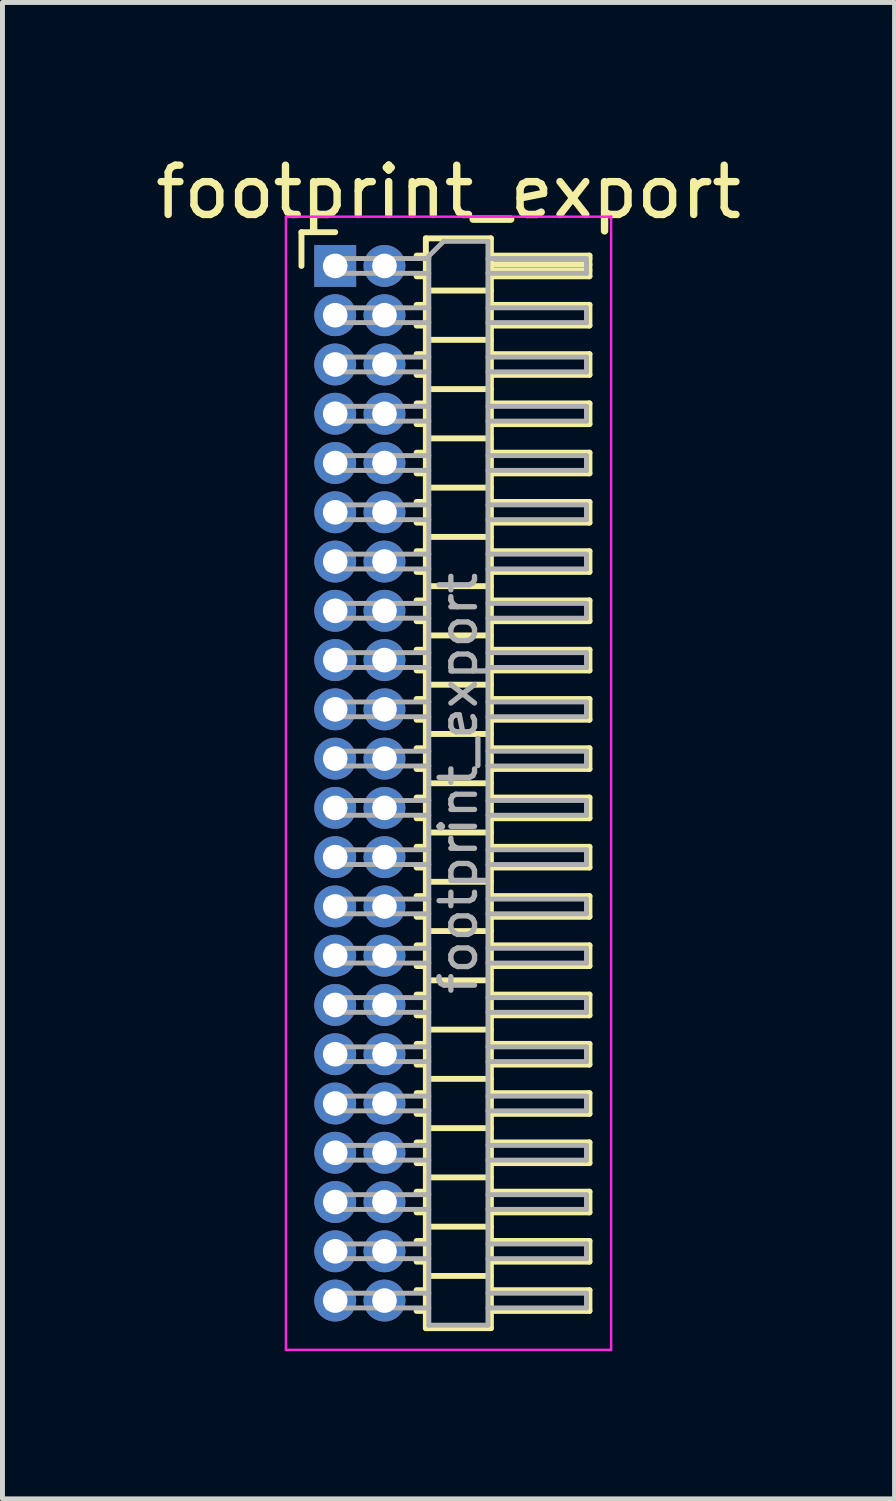
<source format=kicad_pcb>
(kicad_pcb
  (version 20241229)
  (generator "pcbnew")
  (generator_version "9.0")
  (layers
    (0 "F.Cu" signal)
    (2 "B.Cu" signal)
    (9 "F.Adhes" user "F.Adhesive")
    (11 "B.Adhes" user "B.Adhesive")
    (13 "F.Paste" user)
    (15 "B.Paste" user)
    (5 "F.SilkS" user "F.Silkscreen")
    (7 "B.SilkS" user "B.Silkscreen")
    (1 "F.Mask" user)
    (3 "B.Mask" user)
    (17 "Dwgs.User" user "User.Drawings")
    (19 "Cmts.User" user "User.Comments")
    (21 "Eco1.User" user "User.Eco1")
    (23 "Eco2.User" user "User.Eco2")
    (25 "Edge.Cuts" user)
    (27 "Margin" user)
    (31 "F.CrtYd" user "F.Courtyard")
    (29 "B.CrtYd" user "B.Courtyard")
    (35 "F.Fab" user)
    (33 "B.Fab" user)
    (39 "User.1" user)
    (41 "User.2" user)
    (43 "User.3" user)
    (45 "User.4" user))
  (footprint "footprint_export"
    (layer "F.Cu")
    (at 3.754 2.348)
    (property "Reference" "footprint_export" (at 2.3 -1.5 0) (layer "F.SilkS") (effects (font (size 1 1) (thickness 0.15))))
    (attr through_hole)
    (fp_line (start -0.685 -0.685) (end 0 -0.685) (stroke (width 0.12) (type solid)) (layer "F.SilkS"))
    (fp_line (start -0.685 0) (end -0.685 -0.685) (stroke (width 0.12) (type solid)) (layer "F.SilkS"))
    (fp_line (start 1.652 -0.21) (end 1.84 -0.21) (stroke (width 0.12) (type solid)) (layer "F.SilkS"))
    (fp_line (start 1.652 0.21) (end 1.84 0.21) (stroke (width 0.12) (type solid)) (layer "F.SilkS"))
    (fp_line (start 1.652 0.79) (end 1.84 0.79) (stroke (width 0.12) (type solid)) (layer "F.SilkS"))
    (fp_line (start 1.652 1.21) (end 1.84 1.21) (stroke (width 0.12) (type solid)) (layer "F.SilkS"))
    (fp_line (start 1.652 1.79) (end 1.84 1.79) (stroke (width 0.12) (type solid)) (layer "F.SilkS"))
    (fp_line (start 1.652 2.21) (end 1.84 2.21) (stroke (width 0.12) (type solid)) (layer "F.SilkS"))
    (fp_line (start 1.652 2.79) (end 1.84 2.79) (stroke (width 0.12) (type solid)) (layer "F.SilkS"))
    (fp_line (start 1.652 3.21) (end 1.84 3.21) (stroke (width 0.12) (type solid)) (layer "F.SilkS"))
    (fp_line (start 1.652 3.79) (end 1.84 3.79) (stroke (width 0.12) (type solid)) (layer "F.SilkS"))
    (fp_line (start 1.652 4.21) (end 1.84 4.21) (stroke (width 0.12) (type solid)) (layer "F.SilkS"))
    (fp_line (start 1.652 4.79) (end 1.84 4.79) (stroke (width 0.12) (type solid)) (layer "F.SilkS"))
    (fp_line (start 1.652 5.21) (end 1.84 5.21) (stroke (width 0.12) (type solid)) (layer "F.SilkS"))
    (fp_line (start 1.652 5.79) (end 1.84 5.79) (stroke (width 0.12) (type solid)) (layer "F.SilkS"))
    (fp_line (start 1.652 6.21) (end 1.84 6.21) (stroke (width 0.12) (type solid)) (layer "F.SilkS"))
    (fp_line (start 1.652 6.79) (end 1.84 6.79) (stroke (width 0.12) (type solid)) (layer "F.SilkS"))
    (fp_line (start 1.652 7.21) (end 1.84 7.21) (stroke (width 0.12) (type solid)) (layer "F.SilkS"))
    (fp_line (start 1.652 7.79) (end 1.84 7.79) (stroke (width 0.12) (type solid)) (layer "F.SilkS"))
    (fp_line (start 1.652 8.21) (end 1.84 8.21) (stroke (width 0.12) (type solid)) (layer "F.SilkS"))
    (fp_line (start 1.652 8.79) (end 1.84 8.79) (stroke (width 0.12) (type solid)) (layer "F.SilkS"))
    (fp_line (start 1.652 9.21) (end 1.84 9.21) (stroke (width 0.12) (type solid)) (layer "F.SilkS"))
    (fp_line (start 1.652 9.79) (end 1.84 9.79) (stroke (width 0.12) (type solid)) (layer "F.SilkS"))
    (fp_line (start 1.652 10.21) (end 1.84 10.21) (stroke (width 0.12) (type solid)) (layer "F.SilkS"))
    (fp_line (start 1.652 10.79) (end 1.84 10.79) (stroke (width 0.12) (type solid)) (layer "F.SilkS"))
    (fp_line (start 1.652 11.21) (end 1.84 11.21) (stroke (width 0.12) (type solid)) (layer "F.SilkS"))
    (fp_line (start 1.652 11.79) (end 1.84 11.79) (stroke (width 0.12) (type solid)) (layer "F.SilkS"))
    (fp_line (start 1.652 12.21) (end 1.84 12.21) (stroke (width 0.12) (type solid)) (layer "F.SilkS"))
    (fp_line (start 1.652 12.79) (end 1.84 12.79) (stroke (width 0.12) (type solid)) (layer "F.SilkS"))
    (fp_line (start 1.652 13.21) (end 1.84 13.21) (stroke (width 0.12) (type solid)) (layer "F.SilkS"))
    (fp_line (start 1.652 13.79) (end 1.84 13.79) (stroke (width 0.12) (type solid)) (layer "F.SilkS"))
    (fp_line (start 1.652 14.21) (end 1.84 14.21) (stroke (width 0.12) (type solid)) (layer "F.SilkS"))
    (fp_line (start 1.652 14.79) (end 1.84 14.79) (stroke (width 0.12) (type solid)) (layer "F.SilkS"))
    (fp_line (start 1.652 15.21) (end 1.84 15.21) (stroke (width 0.12) (type solid)) (layer "F.SilkS"))
    (fp_line (start 1.652 15.79) (end 1.84 15.79) (stroke (width 0.12) (type solid)) (layer "F.SilkS"))
    (fp_line (start 1.652 16.21) (end 1.84 16.21) (stroke (width 0.12) (type solid)) (layer "F.SilkS"))
    (fp_line (start 1.652 16.79) (end 1.84 16.79) (stroke (width 0.12) (type solid)) (layer "F.SilkS"))
    (fp_line (start 1.652 17.21) (end 1.84 17.21) (stroke (width 0.12) (type solid)) (layer "F.SilkS"))
    (fp_line (start 1.652 17.79) (end 1.84 17.79) (stroke (width 0.12) (type solid)) (layer "F.SilkS"))
    (fp_line (start 1.652 18.21) (end 1.84 18.21) (stroke (width 0.12) (type solid)) (layer "F.SilkS"))
    (fp_line (start 1.652 18.79) (end 1.84 18.79) (stroke (width 0.12) (type solid)) (layer "F.SilkS"))
    (fp_line (start 1.652 19.21) (end 1.84 19.21) (stroke (width 0.12) (type solid)) (layer "F.SilkS"))
    (fp_line (start 1.652 19.79) (end 1.84 19.79) (stroke (width 0.12) (type solid)) (layer "F.SilkS"))
    (fp_line (start 1.652 20.21) (end 1.84 20.21) (stroke (width 0.12) (type solid)) (layer "F.SilkS"))
    (fp_line (start 1.652 20.79) (end 1.84 20.79) (stroke (width 0.12) (type solid)) (layer "F.SilkS"))
    (fp_line (start 1.652 21.21) (end 1.84 21.21) (stroke (width 0.12) (type solid)) (layer "F.SilkS"))
    (fp_line (start 1.84 -0.56) (end 1.84 21.56) (stroke (width 0.12) (type solid)) (layer "F.SilkS"))
    (fp_line (start 1.84 0.5) (end 3.16 0.5) (stroke (width 0.12) (type solid)) (layer "F.SilkS"))
    (fp_line (start 1.84 1.5) (end 3.16 1.5) (stroke (width 0.12) (type solid)) (layer "F.SilkS"))
    (fp_line (start 1.84 2.5) (end 3.16 2.5) (stroke (width 0.12) (type solid)) (layer "F.SilkS"))
    (fp_line (start 1.84 3.5) (end 3.16 3.5) (stroke (width 0.12) (type solid)) (layer "F.SilkS"))
    (fp_line (start 1.84 4.5) (end 3.16 4.5) (stroke (width 0.12) (type solid)) (layer "F.SilkS"))
    (fp_line (start 1.84 5.5) (end 3.16 5.5) (stroke (width 0.12) (type solid)) (layer "F.SilkS"))
    (fp_line (start 1.84 6.5) (end 3.16 6.5) (stroke (width 0.12) (type solid)) (layer "F.SilkS"))
    (fp_line (start 1.84 7.5) (end 3.16 7.5) (stroke (width 0.12) (type solid)) (layer "F.SilkS"))
    (fp_line (start 1.84 8.5) (end 3.16 8.5) (stroke (width 0.12) (type solid)) (layer "F.SilkS"))
    (fp_line (start 1.84 9.5) (end 3.16 9.5) (stroke (width 0.12) (type solid)) (layer "F.SilkS"))
    (fp_line (start 1.84 10.5) (end 3.16 10.5) (stroke (width 0.12) (type solid)) (layer "F.SilkS"))
    (fp_line (start 1.84 11.5) (end 3.16 11.5) (stroke (width 0.12) (type solid)) (layer "F.SilkS"))
    (fp_line (start 1.84 12.5) (end 3.16 12.5) (stroke (width 0.12) (type solid)) (layer "F.SilkS"))
    (fp_line (start 1.84 13.5) (end 3.16 13.5) (stroke (width 0.12) (type solid)) (layer "F.SilkS"))
    (fp_line (start 1.84 14.5) (end 3.16 14.5) (stroke (width 0.12) (type solid)) (layer "F.SilkS"))
    (fp_line (start 1.84 15.5) (end 3.16 15.5) (stroke (width 0.12) (type solid)) (layer "F.SilkS"))
    (fp_line (start 1.84 16.5) (end 3.16 16.5) (stroke (width 0.12) (type solid)) (layer "F.SilkS"))
    (fp_line (start 1.84 17.5) (end 3.16 17.5) (stroke (width 0.12) (type solid)) (layer "F.SilkS"))
    (fp_line (start 1.84 18.5) (end 3.16 18.5) (stroke (width 0.12) (type solid)) (layer "F.SilkS"))
    (fp_line (start 1.84 19.5) (end 3.16 19.5) (stroke (width 0.12) (type solid)) (layer "F.SilkS"))
    (fp_line (start 1.84 20.5) (end 3.16 20.5) (stroke (width 0.12) (type solid)) (layer "F.SilkS"))
    (fp_line (start 1.84 21.56) (end 3.16 21.56) (stroke (width 0.12) (type solid)) (layer "F.SilkS"))
    (fp_line (start 3.16 -0.56) (end 1.84 -0.56) (stroke (width 0.12) (type solid)) (layer "F.SilkS"))
    (fp_line (start 3.16 -0.21) (end 5.16 -0.21) (stroke (width 0.12) (type solid)) (layer "F.SilkS"))
    (fp_line (start 3.16 -0.15) (end 5.16 -0.15) (stroke (width 0.12) (type solid)) (layer "F.SilkS"))
    (fp_line (start 3.16 -0.03) (end 5.16 -0.03) (stroke (width 0.12) (type solid)) (layer "F.SilkS"))
    (fp_line (start 3.16 0.09) (end 5.16 0.09) (stroke (width 0.12) (type solid)) (layer "F.SilkS"))
    (fp_line (start 3.16 0.79) (end 5.16 0.79) (stroke (width 0.12) (type solid)) (layer "F.SilkS"))
    (fp_line (start 3.16 1.79) (end 5.16 1.79) (stroke (width 0.12) (type solid)) (layer "F.SilkS"))
    (fp_line (start 3.16 2.79) (end 5.16 2.79) (stroke (width 0.12) (type solid)) (layer "F.SilkS"))
    (fp_line (start 3.16 3.79) (end 5.16 3.79) (stroke (width 0.12) (type solid)) (layer "F.SilkS"))
    (fp_line (start 3.16 4.79) (end 5.16 4.79) (stroke (width 0.12) (type solid)) (layer "F.SilkS"))
    (fp_line (start 3.16 5.79) (end 5.16 5.79) (stroke (width 0.12) (type solid)) (layer "F.SilkS"))
    (fp_line (start 3.16 6.79) (end 5.16 6.79) (stroke (width 0.12) (type solid)) (layer "F.SilkS"))
    (fp_line (start 3.16 7.79) (end 5.16 7.79) (stroke (width 0.12) (type solid)) (layer "F.SilkS"))
    (fp_line (start 3.16 8.79) (end 5.16 8.79) (stroke (width 0.12) (type solid)) (layer "F.SilkS"))
    (fp_line (start 3.16 9.79) (end 5.16 9.79) (stroke (width 0.12) (type solid)) (layer "F.SilkS"))
    (fp_line (start 3.16 10.79) (end 5.16 10.79) (stroke (width 0.12) (type solid)) (layer "F.SilkS"))
    (fp_line (start 3.16 11.79) (end 5.16 11.79) (stroke (width 0.12) (type solid)) (layer "F.SilkS"))
    (fp_line (start 3.16 12.79) (end 5.16 12.79) (stroke (width 0.12) (type solid)) (layer "F.SilkS"))
    (fp_line (start 3.16 13.79) (end 5.16 13.79) (stroke (width 0.12) (type solid)) (layer "F.SilkS"))
    (fp_line (start 3.16 14.79) (end 5.16 14.79) (stroke (width 0.12) (type solid)) (layer "F.SilkS"))
    (fp_line (start 3.16 15.79) (end 5.16 15.79) (stroke (width 0.12) (type solid)) (layer "F.SilkS"))
    (fp_line (start 3.16 16.79) (end 5.16 16.79) (stroke (width 0.12) (type solid)) (layer "F.SilkS"))
    (fp_line (start 3.16 17.79) (end 5.16 17.79) (stroke (width 0.12) (type solid)) (layer "F.SilkS"))
    (fp_line (start 3.16 18.79) (end 5.16 18.79) (stroke (width 0.12) (type solid)) (layer "F.SilkS"))
    (fp_line (start 3.16 19.79) (end 5.16 19.79) (stroke (width 0.12) (type solid)) (layer "F.SilkS"))
    (fp_line (start 3.16 20.79) (end 5.16 20.79) (stroke (width 0.12) (type solid)) (layer "F.SilkS"))
    (fp_line (start 3.16 21.56) (end 3.16 -0.56) (stroke (width 0.12) (type solid)) (layer "F.SilkS"))
    (fp_line (start 5.16 -0.21) (end 5.16 0.21) (stroke (width 0.12) (type solid)) (layer "F.SilkS"))
    (fp_line (start 5.16 0.21) (end 3.16 0.21) (stroke (width 0.12) (type solid)) (layer "F.SilkS"))
    (fp_line (start 5.16 0.79) (end 5.16 1.21) (stroke (width 0.12) (type solid)) (layer "F.SilkS"))
    (fp_line (start 5.16 1.21) (end 3.16 1.21) (stroke (width 0.12) (type solid)) (layer "F.SilkS"))
    (fp_line (start 5.16 1.79) (end 5.16 2.21) (stroke (width 0.12) (type solid)) (layer "F.SilkS"))
    (fp_line (start 5.16 2.21) (end 3.16 2.21) (stroke (width 0.12) (type solid)) (layer "F.SilkS"))
    (fp_line (start 5.16 2.79) (end 5.16 3.21) (stroke (width 0.12) (type solid)) (layer "F.SilkS"))
    (fp_line (start 5.16 3.21) (end 3.16 3.21) (stroke (width 0.12) (type solid)) (layer "F.SilkS"))
    (fp_line (start 5.16 3.79) (end 5.16 4.21) (stroke (width 0.12) (type solid)) (layer "F.SilkS"))
    (fp_line (start 5.16 4.21) (end 3.16 4.21) (stroke (width 0.12) (type solid)) (layer "F.SilkS"))
    (fp_line (start 5.16 4.79) (end 5.16 5.21) (stroke (width 0.12) (type solid)) (layer "F.SilkS"))
    (fp_line (start 5.16 5.21) (end 3.16 5.21) (stroke (width 0.12) (type solid)) (layer "F.SilkS"))
    (fp_line (start 5.16 5.79) (end 5.16 6.21) (stroke (width 0.12) (type solid)) (layer "F.SilkS"))
    (fp_line (start 5.16 6.21) (end 3.16 6.21) (stroke (width 0.12) (type solid)) (layer "F.SilkS"))
    (fp_line (start 5.16 6.79) (end 5.16 7.21) (stroke (width 0.12) (type solid)) (layer "F.SilkS"))
    (fp_line (start 5.16 7.21) (end 3.16 7.21) (stroke (width 0.12) (type solid)) (layer "F.SilkS"))
    (fp_line (start 5.16 7.79) (end 5.16 8.21) (stroke (width 0.12) (type solid)) (layer "F.SilkS"))
    (fp_line (start 5.16 8.21) (end 3.16 8.21) (stroke (width 0.12) (type solid)) (layer "F.SilkS"))
    (fp_line (start 5.16 8.79) (end 5.16 9.21) (stroke (width 0.12) (type solid)) (layer "F.SilkS"))
    (fp_line (start 5.16 9.21) (end 3.16 9.21) (stroke (width 0.12) (type solid)) (layer "F.SilkS"))
    (fp_line (start 5.16 9.79) (end 5.16 10.21) (stroke (width 0.12) (type solid)) (layer "F.SilkS"))
    (fp_line (start 5.16 10.21) (end 3.16 10.21) (stroke (width 0.12) (type solid)) (layer "F.SilkS"))
    (fp_line (start 5.16 10.79) (end 5.16 11.21) (stroke (width 0.12) (type solid)) (layer "F.SilkS"))
    (fp_line (start 5.16 11.21) (end 3.16 11.21) (stroke (width 0.12) (type solid)) (layer "F.SilkS"))
    (fp_line (start 5.16 11.79) (end 5.16 12.21) (stroke (width 0.12) (type solid)) (layer "F.SilkS"))
    (fp_line (start 5.16 12.21) (end 3.16 12.21) (stroke (width 0.12) (type solid)) (layer "F.SilkS"))
    (fp_line (start 5.16 12.79) (end 5.16 13.21) (stroke (width 0.12) (type solid)) (layer "F.SilkS"))
    (fp_line (start 5.16 13.21) (end 3.16 13.21) (stroke (width 0.12) (type solid)) (layer "F.SilkS"))
    (fp_line (start 5.16 13.79) (end 5.16 14.21) (stroke (width 0.12) (type solid)) (layer "F.SilkS"))
    (fp_line (start 5.16 14.21) (end 3.16 14.21) (stroke (width 0.12) (type solid)) (layer "F.SilkS"))
    (fp_line (start 5.16 14.79) (end 5.16 15.21) (stroke (width 0.12) (type solid)) (layer "F.SilkS"))
    (fp_line (start 5.16 15.21) (end 3.16 15.21) (stroke (width 0.12) (type solid)) (layer "F.SilkS"))
    (fp_line (start 5.16 15.79) (end 5.16 16.21) (stroke (width 0.12) (type solid)) (layer "F.SilkS"))
    (fp_line (start 5.16 16.21) (end 3.16 16.21) (stroke (width 0.12) (type solid)) (layer "F.SilkS"))
    (fp_line (start 5.16 16.79) (end 5.16 17.21) (stroke (width 0.12) (type solid)) (layer "F.SilkS"))
    (fp_line (start 5.16 17.21) (end 3.16 17.21) (stroke (width 0.12) (type solid)) (layer "F.SilkS"))
    (fp_line (start 5.16 17.79) (end 5.16 18.21) (stroke (width 0.12) (type solid)) (layer "F.SilkS"))
    (fp_line (start 5.16 18.21) (end 3.16 18.21) (stroke (width 0.12) (type solid)) (layer "F.SilkS"))
    (fp_line (start 5.16 18.79) (end 5.16 19.21) (stroke (width 0.12) (type solid)) (layer "F.SilkS"))
    (fp_line (start 5.16 19.21) (end 3.16 19.21) (stroke (width 0.12) (type solid)) (layer "F.SilkS"))
    (fp_line (start 5.16 19.79) (end 5.16 20.21) (stroke (width 0.12) (type solid)) (layer "F.SilkS"))
    (fp_line (start 5.16 20.21) (end 3.16 20.21) (stroke (width 0.12) (type solid)) (layer "F.SilkS"))
    (fp_line (start 5.16 20.79) (end 5.16 21.21) (stroke (width 0.12) (type solid)) (layer "F.SilkS"))
    (fp_line (start 5.16 21.21) (end 3.16 21.21) (stroke (width 0.12) (type solid)) (layer "F.SilkS"))
    (fp_line (start -1 -1) (end -1 22) (stroke (width 0.05) (type solid)) (layer "F.CrtYd"))
    (fp_line (start -1 22) (end 5.6 22) (stroke (width 0.05) (type solid)) (layer "F.CrtYd"))
    (fp_line (start 5.6 -1) (end -1 -1) (stroke (width 0.05) (type solid)) (layer "F.CrtYd"))
    (fp_line (start 5.6 22) (end 5.6 -1) (stroke (width 0.05) (type solid)) (layer "F.CrtYd"))
    (fp_line (start -0.15 -0.15) (end -0.15 0.15) (stroke (width 0.1) (type solid)) (layer "F.Fab"))
    (fp_line (start -0.15 -0.15) (end 1.9 -0.15) (stroke (width 0.1) (type solid)) (layer "F.Fab"))
    (fp_line (start -0.15 0.15) (end 1.9 0.15) (stroke (width 0.1) (type solid)) (layer "F.Fab"))
    (fp_line (start -0.15 0.85) (end -0.15 1.15) (stroke (width 0.1) (type solid)) (layer "F.Fab"))
    (fp_line (start -0.15 0.85) (end 1.9 0.85) (stroke (width 0.1) (type solid)) (layer "F.Fab"))
    (fp_line (start -0.15 1.15) (end 1.9 1.15) (stroke (width 0.1) (type solid)) (layer "F.Fab"))
    (fp_line (start -0.15 1.85) (end -0.15 2.15) (stroke (width 0.1) (type solid)) (layer "F.Fab"))
    (fp_line (start -0.15 1.85) (end 1.9 1.85) (stroke (width 0.1) (type solid)) (layer "F.Fab"))
    (fp_line (start -0.15 2.15) (end 1.9 2.15) (stroke (width 0.1) (type solid)) (layer "F.Fab"))
    (fp_line (start -0.15 2.85) (end -0.15 3.15) (stroke (width 0.1) (type solid)) (layer "F.Fab"))
    (fp_line (start -0.15 2.85) (end 1.9 2.85) (stroke (width 0.1) (type solid)) (layer "F.Fab"))
    (fp_line (start -0.15 3.15) (end 1.9 3.15) (stroke (width 0.1) (type solid)) (layer "F.Fab"))
    (fp_line (start -0.15 3.85) (end -0.15 4.15) (stroke (width 0.1) (type solid)) (layer "F.Fab"))
    (fp_line (start -0.15 3.85) (end 1.9 3.85) (stroke (width 0.1) (type solid)) (layer "F.Fab"))
    (fp_line (start -0.15 4.15) (end 1.9 4.15) (stroke (width 0.1) (type solid)) (layer "F.Fab"))
    (fp_line (start -0.15 4.85) (end -0.15 5.15) (stroke (width 0.1) (type solid)) (layer "F.Fab"))
    (fp_line (start -0.15 4.85) (end 1.9 4.85) (stroke (width 0.1) (type solid)) (layer "F.Fab"))
    (fp_line (start -0.15 5.15) (end 1.9 5.15) (stroke (width 0.1) (type solid)) (layer "F.Fab"))
    (fp_line (start -0.15 5.85) (end -0.15 6.15) (stroke (width 0.1) (type solid)) (layer "F.Fab"))
    (fp_line (start -0.15 5.85) (end 1.9 5.85) (stroke (width 0.1) (type solid)) (layer "F.Fab"))
    (fp_line (start -0.15 6.15) (end 1.9 6.15) (stroke (width 0.1) (type solid)) (layer "F.Fab"))
    (fp_line (start -0.15 6.85) (end -0.15 7.15) (stroke (width 0.1) (type solid)) (layer "F.Fab"))
    (fp_line (start -0.15 6.85) (end 1.9 6.85) (stroke (width 0.1) (type solid)) (layer "F.Fab"))
    (fp_line (start -0.15 7.15) (end 1.9 7.15) (stroke (width 0.1) (type solid)) (layer "F.Fab"))
    (fp_line (start -0.15 7.85) (end -0.15 8.15) (stroke (width 0.1) (type solid)) (layer "F.Fab"))
    (fp_line (start -0.15 7.85) (end 1.9 7.85) (stroke (width 0.1) (type solid)) (layer "F.Fab"))
    (fp_line (start -0.15 8.15) (end 1.9 8.15) (stroke (width 0.1) (type solid)) (layer "F.Fab"))
    (fp_line (start -0.15 8.85) (end -0.15 9.15) (stroke (width 0.1) (type solid)) (layer "F.Fab"))
    (fp_line (start -0.15 8.85) (end 1.9 8.85) (stroke (width 0.1) (type solid)) (layer "F.Fab"))
    (fp_line (start -0.15 9.15) (end 1.9 9.15) (stroke (width 0.1) (type solid)) (layer "F.Fab"))
    (fp_line (start -0.15 9.85) (end -0.15 10.15) (stroke (width 0.1) (type solid)) (layer "F.Fab"))
    (fp_line (start -0.15 9.85) (end 1.9 9.85) (stroke (width 0.1) (type solid)) (layer "F.Fab"))
    (fp_line (start -0.15 10.15) (end 1.9 10.15) (stroke (width 0.1) (type solid)) (layer "F.Fab"))
    (fp_line (start -0.15 10.85) (end -0.15 11.15) (stroke (width 0.1) (type solid)) (layer "F.Fab"))
    (fp_line (start -0.15 10.85) (end 1.9 10.85) (stroke (width 0.1) (type solid)) (layer "F.Fab"))
    (fp_line (start -0.15 11.15) (end 1.9 11.15) (stroke (width 0.1) (type solid)) (layer "F.Fab"))
    (fp_line (start -0.15 11.85) (end -0.15 12.15) (stroke (width 0.1) (type solid)) (layer "F.Fab"))
    (fp_line (start -0.15 11.85) (end 1.9 11.85) (stroke (width 0.1) (type solid)) (layer "F.Fab"))
    (fp_line (start -0.15 12.15) (end 1.9 12.15) (stroke (width 0.1) (type solid)) (layer "F.Fab"))
    (fp_line (start -0.15 12.85) (end -0.15 13.15) (stroke (width 0.1) (type solid)) (layer "F.Fab"))
    (fp_line (start -0.15 12.85) (end 1.9 12.85) (stroke (width 0.1) (type solid)) (layer "F.Fab"))
    (fp_line (start -0.15 13.15) (end 1.9 13.15) (stroke (width 0.1) (type solid)) (layer "F.Fab"))
    (fp_line (start -0.15 13.85) (end -0.15 14.15) (stroke (width 0.1) (type solid)) (layer "F.Fab"))
    (fp_line (start -0.15 13.85) (end 1.9 13.85) (stroke (width 0.1) (type solid)) (layer "F.Fab"))
    (fp_line (start -0.15 14.15) (end 1.9 14.15) (stroke (width 0.1) (type solid)) (layer "F.Fab"))
    (fp_line (start -0.15 14.85) (end -0.15 15.15) (stroke (width 0.1) (type solid)) (layer "F.Fab"))
    (fp_line (start -0.15 14.85) (end 1.9 14.85) (stroke (width 0.1) (type solid)) (layer "F.Fab"))
    (fp_line (start -0.15 15.15) (end 1.9 15.15) (stroke (width 0.1) (type solid)) (layer "F.Fab"))
    (fp_line (start -0.15 15.85) (end -0.15 16.15) (stroke (width 0.1) (type solid)) (layer "F.Fab"))
    (fp_line (start -0.15 15.85) (end 1.9 15.85) (stroke (width 0.1) (type solid)) (layer "F.Fab"))
    (fp_line (start -0.15 16.15) (end 1.9 16.15) (stroke (width 0.1) (type solid)) (layer "F.Fab"))
    (fp_line (start -0.15 16.85) (end -0.15 17.15) (stroke (width 0.1) (type solid)) (layer "F.Fab"))
    (fp_line (start -0.15 16.85) (end 1.9 16.85) (stroke (width 0.1) (type solid)) (layer "F.Fab"))
    (fp_line (start -0.15 17.15) (end 1.9 17.15) (stroke (width 0.1) (type solid)) (layer "F.Fab"))
    (fp_line (start -0.15 17.85) (end -0.15 18.15) (stroke (width 0.1) (type solid)) (layer "F.Fab"))
    (fp_line (start -0.15 17.85) (end 1.9 17.85) (stroke (width 0.1) (type solid)) (layer "F.Fab"))
    (fp_line (start -0.15 18.15) (end 1.9 18.15) (stroke (width 0.1) (type solid)) (layer "F.Fab"))
    (fp_line (start -0.15 18.85) (end -0.15 19.15) (stroke (width 0.1) (type solid)) (layer "F.Fab"))
    (fp_line (start -0.15 18.85) (end 1.9 18.85) (stroke (width 0.1) (type solid)) (layer "F.Fab"))
    (fp_line (start -0.15 19.15) (end 1.9 19.15) (stroke (width 0.1) (type solid)) (layer "F.Fab"))
    (fp_line (start -0.15 19.85) (end -0.15 20.15) (stroke (width 0.1) (type solid)) (layer "F.Fab"))
    (fp_line (start -0.15 19.85) (end 1.9 19.85) (stroke (width 0.1) (type solid)) (layer "F.Fab"))
    (fp_line (start -0.15 20.15) (end 1.9 20.15) (stroke (width 0.1) (type solid)) (layer "F.Fab"))
    (fp_line (start -0.15 20.85) (end -0.15 21.15) (stroke (width 0.1) (type solid)) (layer "F.Fab"))
    (fp_line (start -0.15 20.85) (end 1.9 20.85) (stroke (width 0.1) (type solid)) (layer "F.Fab"))
    (fp_line (start -0.15 21.15) (end 1.9 21.15) (stroke (width 0.1) (type solid)) (layer "F.Fab"))
    (fp_line (start 1.9 -0.2) (end 2.2 -0.5) (stroke (width 0.1) (type solid)) (layer "F.Fab"))
    (fp_line (start 1.9 21.5) (end 1.9 -0.2) (stroke (width 0.1) (type solid)) (layer "F.Fab"))
    (fp_line (start 2.2 -0.5) (end 3.1 -0.5) (stroke (width 0.1) (type solid)) (layer "F.Fab"))
    (fp_line (start 3.1 -0.5) (end 3.1 21.5) (stroke (width 0.1) (type solid)) (layer "F.Fab"))
    (fp_line (start 3.1 -0.15) (end 5.1 -0.15) (stroke (width 0.1) (type solid)) (layer "F.Fab"))
    (fp_line (start 3.1 0.15) (end 5.1 0.15) (stroke (width 0.1) (type solid)) (layer "F.Fab"))
    (fp_line (start 3.1 0.85) (end 5.1 0.85) (stroke (width 0.1) (type solid)) (layer "F.Fab"))
    (fp_line (start 3.1 1.15) (end 5.1 1.15) (stroke (width 0.1) (type solid)) (layer "F.Fab"))
    (fp_line (start 3.1 1.85) (end 5.1 1.85) (stroke (width 0.1) (type solid)) (layer "F.Fab"))
    (fp_line (start 3.1 2.15) (end 5.1 2.15) (stroke (width 0.1) (type solid)) (layer "F.Fab"))
    (fp_line (start 3.1 2.85) (end 5.1 2.85) (stroke (width 0.1) (type solid)) (layer "F.Fab"))
    (fp_line (start 3.1 3.15) (end 5.1 3.15) (stroke (width 0.1) (type solid)) (layer "F.Fab"))
    (fp_line (start 3.1 3.85) (end 5.1 3.85) (stroke (width 0.1) (type solid)) (layer "F.Fab"))
    (fp_line (start 3.1 4.15) (end 5.1 4.15) (stroke (width 0.1) (type solid)) (layer "F.Fab"))
    (fp_line (start 3.1 4.85) (end 5.1 4.85) (stroke (width 0.1) (type solid)) (layer "F.Fab"))
    (fp_line (start 3.1 5.15) (end 5.1 5.15) (stroke (width 0.1) (type solid)) (layer "F.Fab"))
    (fp_line (start 3.1 5.85) (end 5.1 5.85) (stroke (width 0.1) (type solid)) (layer "F.Fab"))
    (fp_line (start 3.1 6.15) (end 5.1 6.15) (stroke (width 0.1) (type solid)) (layer "F.Fab"))
    (fp_line (start 3.1 6.85) (end 5.1 6.85) (stroke (width 0.1) (type solid)) (layer "F.Fab"))
    (fp_line (start 3.1 7.15) (end 5.1 7.15) (stroke (width 0.1) (type solid)) (layer "F.Fab"))
    (fp_line (start 3.1 7.85) (end 5.1 7.85) (stroke (width 0.1) (type solid)) (layer "F.Fab"))
    (fp_line (start 3.1 8.15) (end 5.1 8.15) (stroke (width 0.1) (type solid)) (layer "F.Fab"))
    (fp_line (start 3.1 8.85) (end 5.1 8.85) (stroke (width 0.1) (type solid)) (layer "F.Fab"))
    (fp_line (start 3.1 9.15) (end 5.1 9.15) (stroke (width 0.1) (type solid)) (layer "F.Fab"))
    (fp_line (start 3.1 9.85) (end 5.1 9.85) (stroke (width 0.1) (type solid)) (layer "F.Fab"))
    (fp_line (start 3.1 10.15) (end 5.1 10.15) (stroke (width 0.1) (type solid)) (layer "F.Fab"))
    (fp_line (start 3.1 10.85) (end 5.1 10.85) (stroke (width 0.1) (type solid)) (layer "F.Fab"))
    (fp_line (start 3.1 11.15) (end 5.1 11.15) (stroke (width 0.1) (type solid)) (layer "F.Fab"))
    (fp_line (start 3.1 11.85) (end 5.1 11.85) (stroke (width 0.1) (type solid)) (layer "F.Fab"))
    (fp_line (start 3.1 12.15) (end 5.1 12.15) (stroke (width 0.1) (type solid)) (layer "F.Fab"))
    (fp_line (start 3.1 12.85) (end 5.1 12.85) (stroke (width 0.1) (type solid)) (layer "F.Fab"))
    (fp_line (start 3.1 13.15) (end 5.1 13.15) (stroke (width 0.1) (type solid)) (layer "F.Fab"))
    (fp_line (start 3.1 13.85) (end 5.1 13.85) (stroke (width 0.1) (type solid)) (layer "F.Fab"))
    (fp_line (start 3.1 14.15) (end 5.1 14.15) (stroke (width 0.1) (type solid)) (layer "F.Fab"))
    (fp_line (start 3.1 14.85) (end 5.1 14.85) (stroke (width 0.1) (type solid)) (layer "F.Fab"))
    (fp_line (start 3.1 15.15) (end 5.1 15.15) (stroke (width 0.1) (type solid)) (layer "F.Fab"))
    (fp_line (start 3.1 15.85) (end 5.1 15.85) (stroke (width 0.1) (type solid)) (layer "F.Fab"))
    (fp_line (start 3.1 16.15) (end 5.1 16.15) (stroke (width 0.1) (type solid)) (layer "F.Fab"))
    (fp_line (start 3.1 16.85) (end 5.1 16.85) (stroke (width 0.1) (type solid)) (layer "F.Fab"))
    (fp_line (start 3.1 17.15) (end 5.1 17.15) (stroke (width 0.1) (type solid)) (layer "F.Fab"))
    (fp_line (start 3.1 17.85) (end 5.1 17.85) (stroke (width 0.1) (type solid)) (layer "F.Fab"))
    (fp_line (start 3.1 18.15) (end 5.1 18.15) (stroke (width 0.1) (type solid)) (layer "F.Fab"))
    (fp_line (start 3.1 18.85) (end 5.1 18.85) (stroke (width 0.1) (type solid)) (layer "F.Fab"))
    (fp_line (start 3.1 19.15) (end 5.1 19.15) (stroke (width 0.1) (type solid)) (layer "F.Fab"))
    (fp_line (start 3.1 19.85) (end 5.1 19.85) (stroke (width 0.1) (type solid)) (layer "F.Fab"))
    (fp_line (start 3.1 20.15) (end 5.1 20.15) (stroke (width 0.1) (type solid)) (layer "F.Fab"))
    (fp_line (start 3.1 20.85) (end 5.1 20.85) (stroke (width 0.1) (type solid)) (layer "F.Fab"))
    (fp_line (start 3.1 21.15) (end 5.1 21.15) (stroke (width 0.1) (type solid)) (layer "F.Fab"))
    (fp_line (start 3.1 21.5) (end 1.9 21.5) (stroke (width 0.1) (type solid)) (layer "F.Fab"))
    (fp_line (start 5.1 -0.15) (end 5.1 0.15) (stroke (width 0.1) (type solid)) (layer "F.Fab"))
    (fp_line (start 5.1 0.85) (end 5.1 1.15) (stroke (width 0.1) (type solid)) (layer "F.Fab"))
    (fp_line (start 5.1 1.85) (end 5.1 2.15) (stroke (width 0.1) (type solid)) (layer "F.Fab"))
    (fp_line (start 5.1 2.85) (end 5.1 3.15) (stroke (width 0.1) (type solid)) (layer "F.Fab"))
    (fp_line (start 5.1 3.85) (end 5.1 4.15) (stroke (width 0.1) (type solid)) (layer "F.Fab"))
    (fp_line (start 5.1 4.85) (end 5.1 5.15) (stroke (width 0.1) (type solid)) (layer "F.Fab"))
    (fp_line (start 5.1 5.85) (end 5.1 6.15) (stroke (width 0.1) (type solid)) (layer "F.Fab"))
    (fp_line (start 5.1 6.85) (end 5.1 7.15) (stroke (width 0.1) (type solid)) (layer "F.Fab"))
    (fp_line (start 5.1 7.85) (end 5.1 8.15) (stroke (width 0.1) (type solid)) (layer "F.Fab"))
    (fp_line (start 5.1 8.85) (end 5.1 9.15) (stroke (width 0.1) (type solid)) (layer "F.Fab"))
    (fp_line (start 5.1 9.85) (end 5.1 10.15) (stroke (width 0.1) (type solid)) (layer "F.Fab"))
    (fp_line (start 5.1 10.85) (end 5.1 11.15) (stroke (width 0.1) (type solid)) (layer "F.Fab"))
    (fp_line (start 5.1 11.85) (end 5.1 12.15) (stroke (width 0.1) (type solid)) (layer "F.Fab"))
    (fp_line (start 5.1 12.85) (end 5.1 13.15) (stroke (width 0.1) (type solid)) (layer "F.Fab"))
    (fp_line (start 5.1 13.85) (end 5.1 14.15) (stroke (width 0.1) (type solid)) (layer "F.Fab"))
    (fp_line (start 5.1 14.85) (end 5.1 15.15) (stroke (width 0.1) (type solid)) (layer "F.Fab"))
    (fp_line (start 5.1 15.85) (end 5.1 16.15) (stroke (width 0.1) (type solid)) (layer "F.Fab"))
    (fp_line (start 5.1 16.85) (end 5.1 17.15) (stroke (width 0.1) (type solid)) (layer "F.Fab"))
    (fp_line (start 5.1 17.85) (end 5.1 18.15) (stroke (width 0.1) (type solid)) (layer "F.Fab"))
    (fp_line (start 5.1 18.85) (end 5.1 19.15) (stroke (width 0.1) (type solid)) (layer "F.Fab"))
    (fp_line (start 5.1 19.85) (end 5.1 20.15) (stroke (width 0.1) (type solid)) (layer "F.Fab"))
    (fp_line (start 5.1 20.85) (end 5.1 21.15) (stroke (width 0.1) (type solid)) (layer "F.Fab"))
    (fp_text user "${REFERENCE}" (at 2.5 10.5 90) (layer "F.Fab") (effects (font (size 0.72 0.72) (thickness 0.108))))
    (pad "1" thru_hole rect (at 0 0) (size 0.85 0.85) (drill 0.5) (layers "*.Cu" "*.Mask"))
    (pad "2" thru_hole oval (at 1 0) (size 0.85 0.85) (drill 0.5) (layers "*.Cu" "*.Mask"))
    (pad "3" thru_hole oval (at 0 1) (size 0.85 0.85) (drill 0.5) (layers "*.Cu" "*.Mask"))
    (pad "4" thru_hole oval (at 1 1) (size 0.85 0.85) (drill 0.5) (layers "*.Cu" "*.Mask"))
    (pad "5" thru_hole oval (at 0 2) (size 0.85 0.85) (drill 0.5) (layers "*.Cu" "*.Mask"))
    (pad "6" thru_hole oval (at 1 2) (size 0.85 0.85) (drill 0.5) (layers "*.Cu" "*.Mask"))
    (pad "7" thru_hole oval (at 0 3) (size 0.85 0.85) (drill 0.5) (layers "*.Cu" "*.Mask"))
    (pad "8" thru_hole oval (at 1 3) (size 0.85 0.85) (drill 0.5) (layers "*.Cu" "*.Mask"))
    (pad "9" thru_hole oval (at 0 4) (size 0.85 0.85) (drill 0.5) (layers "*.Cu" "*.Mask"))
    (pad "10" thru_hole oval (at 1 4) (size 0.85 0.85) (drill 0.5) (layers "*.Cu" "*.Mask"))
    (pad "11" thru_hole oval (at 0 5) (size 0.85 0.85) (drill 0.5) (layers "*.Cu" "*.Mask"))
    (pad "12" thru_hole oval (at 1 5) (size 0.85 0.85) (drill 0.5) (layers "*.Cu" "*.Mask"))
    (pad "13" thru_hole oval (at 0 6) (size 0.85 0.85) (drill 0.5) (layers "*.Cu" "*.Mask"))
    (pad "14" thru_hole oval (at 1 6) (size 0.85 0.85) (drill 0.5) (layers "*.Cu" "*.Mask"))
    (pad "15" thru_hole oval (at 0 7) (size 0.85 0.85) (drill 0.5) (layers "*.Cu" "*.Mask"))
    (pad "16" thru_hole oval (at 1 7) (size 0.85 0.85) (drill 0.5) (layers "*.Cu" "*.Mask"))
    (pad "17" thru_hole oval (at 0 8) (size 0.85 0.85) (drill 0.5) (layers "*.Cu" "*.Mask"))
    (pad "18" thru_hole oval (at 1 8) (size 0.85 0.85) (drill 0.5) (layers "*.Cu" "*.Mask"))
    (pad "19" thru_hole oval (at 0 9) (size 0.85 0.85) (drill 0.5) (layers "*.Cu" "*.Mask"))
    (pad "20" thru_hole oval (at 1 9) (size 0.85 0.85) (drill 0.5) (layers "*.Cu" "*.Mask"))
    (pad "21" thru_hole oval (at 0 10) (size 0.85 0.85) (drill 0.5) (layers "*.Cu" "*.Mask"))
    (pad "22" thru_hole oval (at 1 10) (size 0.85 0.85) (drill 0.5) (layers "*.Cu" "*.Mask"))
    (pad "23" thru_hole oval (at 0 11) (size 0.85 0.85) (drill 0.5) (layers "*.Cu" "*.Mask"))
    (pad "24" thru_hole oval (at 1 11) (size 0.85 0.85) (drill 0.5) (layers "*.Cu" "*.Mask"))
    (pad "25" thru_hole oval (at 0 12) (size 0.85 0.85) (drill 0.5) (layers "*.Cu" "*.Mask"))
    (pad "26" thru_hole oval (at 1 12) (size 0.85 0.85) (drill 0.5) (layers "*.Cu" "*.Mask"))
    (pad "27" thru_hole oval (at 0 13) (size 0.85 0.85) (drill 0.5) (layers "*.Cu" "*.Mask"))
    (pad "28" thru_hole oval (at 1 13) (size 0.85 0.85) (drill 0.5) (layers "*.Cu" "*.Mask"))
    (pad "29" thru_hole oval (at 0 14) (size 0.85 0.85) (drill 0.5) (layers "*.Cu" "*.Mask"))
    (pad "30" thru_hole oval (at 1 14) (size 0.85 0.85) (drill 0.5) (layers "*.Cu" "*.Mask"))
    (pad "31" thru_hole oval (at 0 15) (size 0.85 0.85) (drill 0.5) (layers "*.Cu" "*.Mask"))
    (pad "32" thru_hole oval (at 1 15) (size 0.85 0.85) (drill 0.5) (layers "*.Cu" "*.Mask"))
    (pad "33" thru_hole oval (at 0 16) (size 0.85 0.85) (drill 0.5) (layers "*.Cu" "*.Mask"))
    (pad "34" thru_hole oval (at 1 16) (size 0.85 0.85) (drill 0.5) (layers "*.Cu" "*.Mask"))
    (pad "35" thru_hole oval (at 0 17) (size 0.85 0.85) (drill 0.5) (layers "*.Cu" "*.Mask"))
    (pad "36" thru_hole oval (at 1 17) (size 0.85 0.85) (drill 0.5) (layers "*.Cu" "*.Mask"))
    (pad "37" thru_hole oval (at 0 18) (size 0.85 0.85) (drill 0.5) (layers "*.Cu" "*.Mask"))
    (pad "38" thru_hole oval (at 1 18) (size 0.85 0.85) (drill 0.5) (layers "*.Cu" "*.Mask"))
    (pad "39" thru_hole oval (at 0 19) (size 0.85 0.85) (drill 0.5) (layers "*.Cu" "*.Mask"))
    (pad "40" thru_hole oval (at 1 19) (size 0.85 0.85) (drill 0.5) (layers "*.Cu" "*.Mask"))
    (pad "41" thru_hole oval (at 0 20) (size 0.85 0.85) (drill 0.5) (layers "*.Cu" "*.Mask"))
    (pad "42" thru_hole oval (at 1 20) (size 0.85 0.85) (drill 0.5) (layers "*.Cu" "*.Mask"))
    (pad "43" thru_hole oval (at 0 21) (size 0.85 0.85) (drill 0.5) (layers "*.Cu" "*.Mask"))
    (pad "44" thru_hole oval (at 1 21) (size 0.85 0.85) (drill 0.5) (layers "*.Cu" "*.Mask")))
  (gr_rect
    (start -3 -3)
    (end 15.107 27.373)
    (stroke (width 0.1) (type default))
    (fill no)
    (layer "Edge.Cuts")))
</source>
